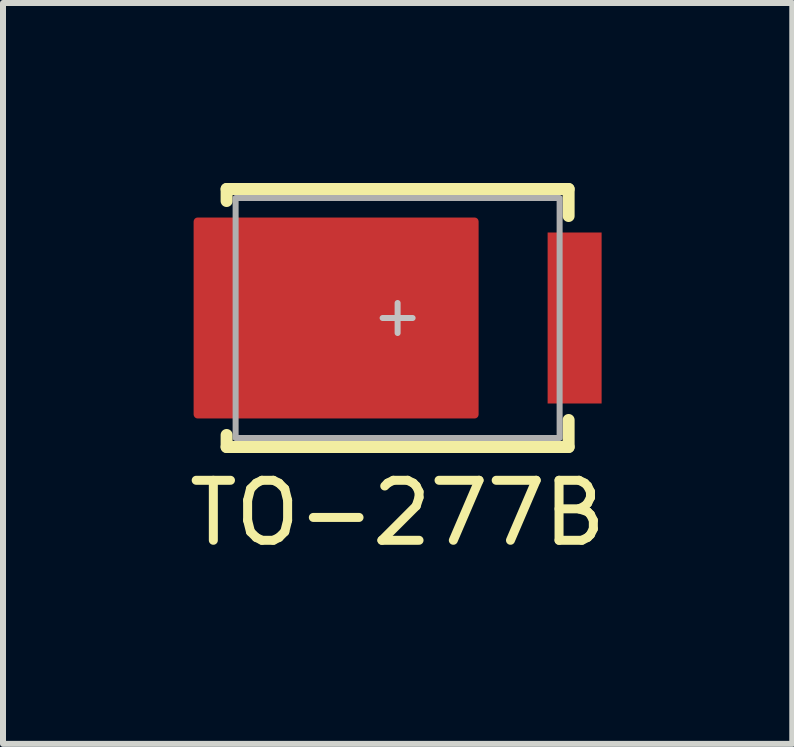
<source format=kicad_pcb>
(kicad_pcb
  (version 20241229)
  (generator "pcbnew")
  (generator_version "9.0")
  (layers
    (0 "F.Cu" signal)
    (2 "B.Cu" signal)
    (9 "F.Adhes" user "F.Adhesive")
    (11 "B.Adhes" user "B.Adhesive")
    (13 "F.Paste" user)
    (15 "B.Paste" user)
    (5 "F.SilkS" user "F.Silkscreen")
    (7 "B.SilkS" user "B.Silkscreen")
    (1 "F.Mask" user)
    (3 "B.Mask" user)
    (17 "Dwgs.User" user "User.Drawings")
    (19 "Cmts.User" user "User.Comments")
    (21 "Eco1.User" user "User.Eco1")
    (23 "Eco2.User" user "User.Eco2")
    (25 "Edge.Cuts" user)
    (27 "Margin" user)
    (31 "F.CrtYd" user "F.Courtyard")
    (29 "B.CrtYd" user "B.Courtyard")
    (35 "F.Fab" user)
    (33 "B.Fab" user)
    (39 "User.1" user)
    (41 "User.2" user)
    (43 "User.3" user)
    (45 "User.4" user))
  (footprint "TO-277B"
    (layer "F.Cu")
    (at 3.577 2.25)
    (property "Reference" "TO-277B" (at 0 3.25 0) (unlocked yes) (layer "F.SilkS") (effects (font (size 1 1) (thickness 0.15))))
    (attr smd)
    (fp_rect (start 2.5 -0.475) (end 3.4 -1.425) (stroke (width 0.1) (type solid)) (fill yes) (layer "F.Mask"))
    (fp_rect (start 2.5 1.425) (end 3.4 0.475) (stroke (width 0.1) (type solid)) (fill yes) (layer "F.Mask"))
    (fp_line (start -2.85 -2.15) (end -2.85 -1.95) (stroke (width 0.2) (type solid)) (layer "F.SilkS"))
    (fp_line (start -2.85 -2.15) (end 2.85 -2.15) (stroke (width 0.2) (type solid)) (layer "F.SilkS"))
    (fp_line (start -2.85 2.15) (end -2.85 1.95) (stroke (width 0.2) (type solid)) (layer "F.SilkS"))
    (fp_line (start -2.85 2.15) (end 2.85 2.15) (stroke (width 0.2) (type solid)) (layer "F.SilkS"))
    (fp_line (start 2.85 -2.15) (end 2.85 -1.7) (stroke (width 0.2) (type solid)) (layer "F.SilkS"))
    (fp_line (start 2.85 2.15) (end 2.85 1.7) (stroke (width 0.2) (type solid)) (layer "F.SilkS"))
    (fp_rect (start -3.25 -1.525) (end -2.6 -0.7) (stroke (width 0) (type solid)) (fill yes) (layer "F.Paste"))
    (fp_rect (start -3.25 -0.4) (end -2.6 0.4) (stroke (width 0) (type solid)) (fill yes) (layer "F.Paste"))
    (fp_rect (start -3.25 0.7) (end -2.6 1.525) (stroke (width 0) (type solid)) (fill yes) (layer "F.Paste"))
    (fp_rect (start -2.3 -1.525) (end -1.65 -0.7) (stroke (width 0) (type solid)) (fill yes) (layer "F.Paste"))
    (fp_rect (start -2.3 -0.4) (end -1.65 0.4) (stroke (width 0) (type solid)) (fill yes) (layer "F.Paste"))
    (fp_rect (start -2.3 0.7) (end -1.65 1.525) (stroke (width 0) (type solid)) (fill yes) (layer "F.Paste"))
    (fp_rect (start -1.35 -1.525) (end -0.7 -0.7) (stroke (width 0) (type solid)) (fill yes) (layer "F.Paste"))
    (fp_rect (start -1.35 -0.4) (end -0.7 0.4) (stroke (width 0) (type solid)) (fill yes) (layer "F.Paste"))
    (fp_rect (start -1.35 0.7) (end -0.7 1.525) (stroke (width 0) (type solid)) (fill yes) (layer "F.Paste"))
    (fp_rect (start -0.4 -1.525) (end 0.25 -0.7) (stroke (width 0) (type solid)) (fill yes) (layer "F.Paste"))
    (fp_rect (start -0.4 -0.4) (end 0.25 0.4) (stroke (width 0) (type solid)) (fill yes) (layer "F.Paste"))
    (fp_rect (start -0.4 0.7) (end 0.25 1.525) (stroke (width 0) (type solid)) (fill yes) (layer "F.Paste"))
    (fp_rect (start 0.55 -1.525) (end 1.2 -0.7) (stroke (width 0) (type solid)) (fill yes) (layer "F.Paste"))
    (fp_rect (start 0.55 -0.4) (end 1.2 0.4) (stroke (width 0) (type solid)) (fill yes) (layer "F.Paste"))
    (fp_rect (start 0.55 0.7) (end 1.2 1.525) (stroke (width 0) (type solid)) (fill yes) (layer "F.Paste"))
    (fp_rect (start 2.6 -1.35) (end 3.3 -0.525) (stroke (width 0) (type solid)) (fill yes) (layer "F.Paste"))
    (fp_rect (start 2.6 0.525) (end 3.3 1.35) (stroke (width 0) (type solid)) (fill yes) (layer "F.Paste"))
    (fp_line (start -0.25 0) (end 0.25 0) (stroke (width 0.1) (type solid)) (layer "Dwgs.User"))
    (fp_line (start 0 -0.25) (end 0 0.25) (stroke (width 0.1) (type solid)) (layer "Dwgs.User"))
    (fp_rect (start -2.7 -2) (end 2.7 2) (stroke (width 0.1) (type solid)) (fill no) (layer "F.Fab"))
    (pad "A" smd rect (at 2.95 0 90) (size 2.85 0.9) (layers "F.Cu"))
    (pad "K" smd roundrect (at -1.025 0) (size 4.75 3.35) (layers "F.Cu" "F.Mask") (roundrect_rratio 0.02)))
  (gr_rect
    (start -3 -3)
    (end 10.155 9.348)
    (stroke (width 0.1) (type default))
    (fill no)
    (layer "Edge.Cuts")))
</source>
